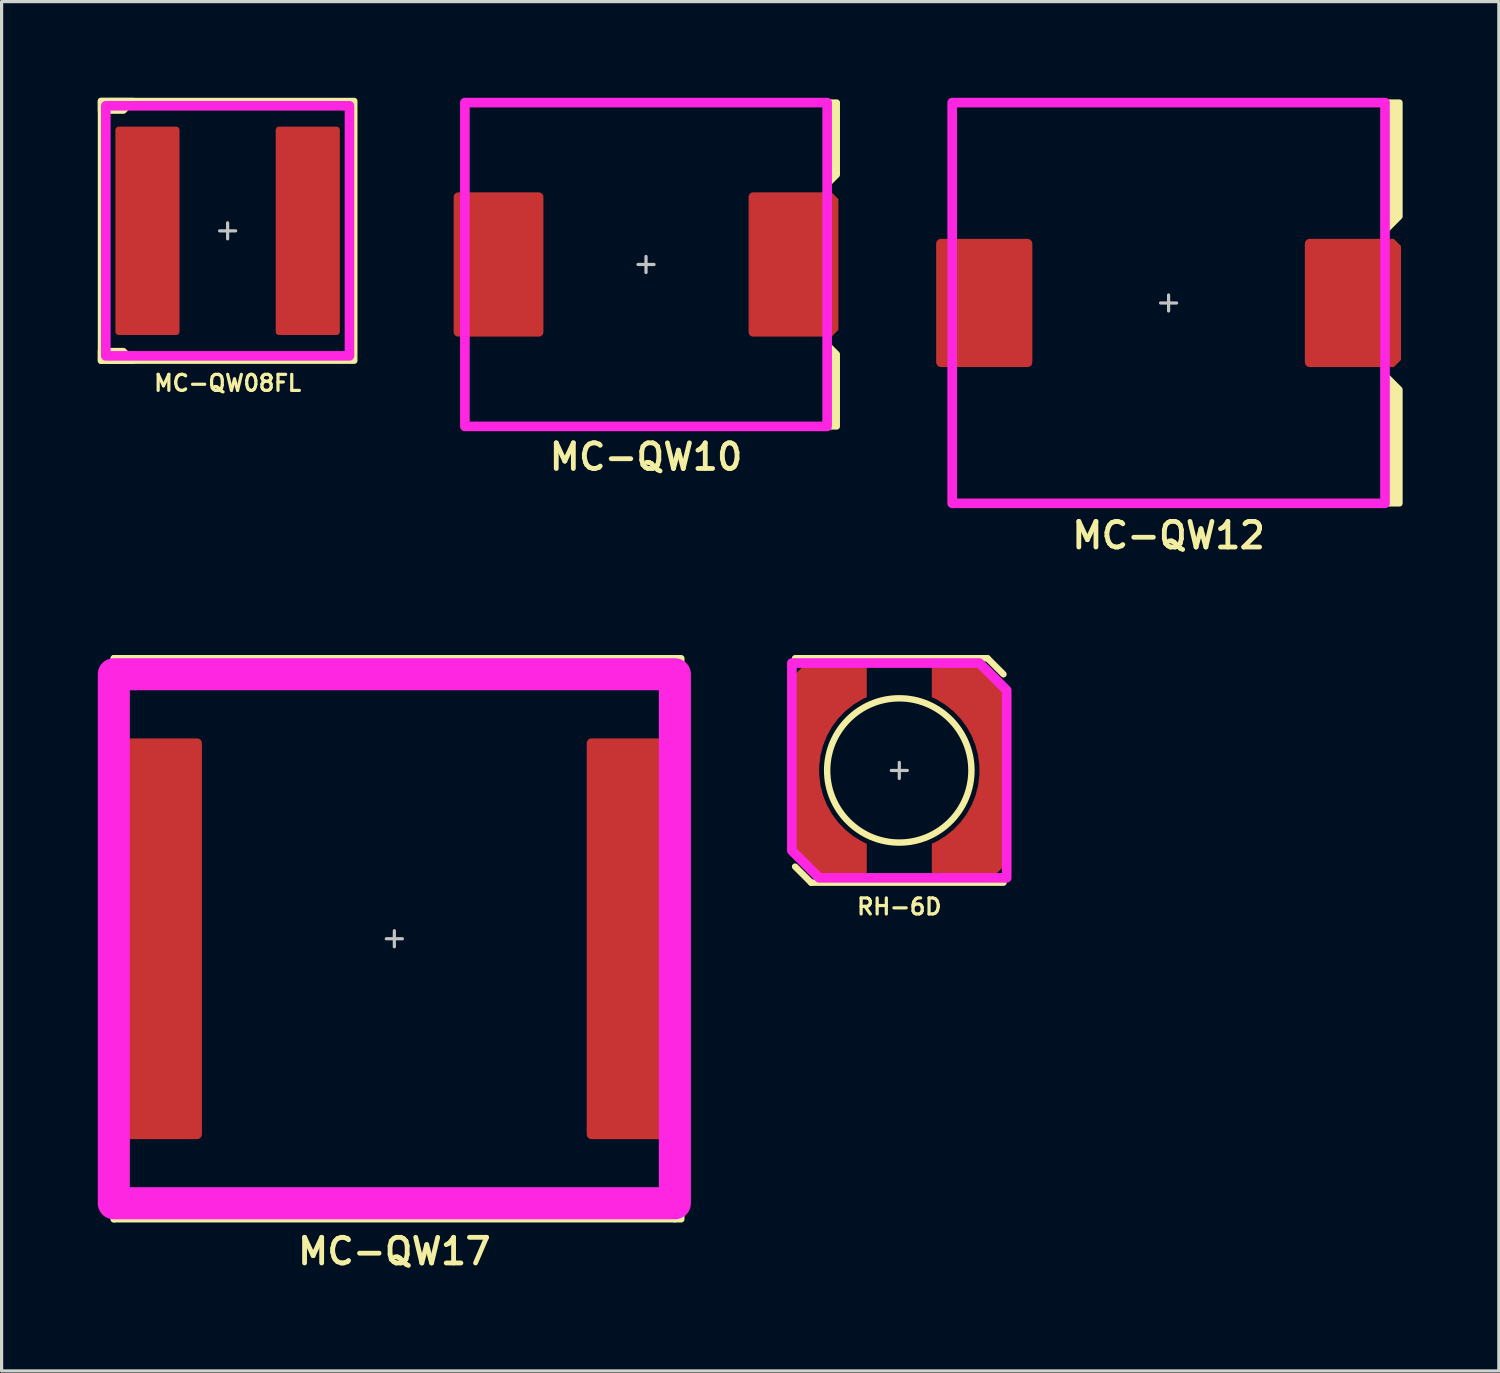
<source format=kicad_pcb>
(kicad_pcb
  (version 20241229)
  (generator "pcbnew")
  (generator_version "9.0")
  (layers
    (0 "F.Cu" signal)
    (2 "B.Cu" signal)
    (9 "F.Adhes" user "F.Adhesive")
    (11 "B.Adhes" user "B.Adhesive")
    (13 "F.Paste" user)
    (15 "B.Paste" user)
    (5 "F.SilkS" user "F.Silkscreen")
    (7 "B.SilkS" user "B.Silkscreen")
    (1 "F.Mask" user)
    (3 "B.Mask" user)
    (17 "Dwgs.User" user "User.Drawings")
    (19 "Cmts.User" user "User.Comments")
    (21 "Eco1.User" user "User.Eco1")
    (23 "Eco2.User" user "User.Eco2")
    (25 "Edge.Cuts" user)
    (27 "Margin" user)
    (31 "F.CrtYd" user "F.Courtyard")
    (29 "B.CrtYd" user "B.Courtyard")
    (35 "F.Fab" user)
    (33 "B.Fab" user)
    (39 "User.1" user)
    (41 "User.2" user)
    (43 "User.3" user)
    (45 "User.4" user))
  (footprint "MC-QW12"
    (layer "F.Cu")
    (at 33.4 6.4)
    (property "Reference" "MC-QW12" (at 0 7.25 0) (unlocked yes) (layer "F.SilkS") (effects (font (size 0.8 0.8) (thickness 0.15))))
    (attr smd)
    (fp_line (start -6.75 -6.25) (end 6.75 -6.25) (stroke (width 0.2) (type solid)) (layer "F.SilkS"))
    (fp_line (start -6.75 -2.25) (end -6.75 -6.25) (stroke (width 0.2) (type solid)) (layer "F.SilkS"))
    (fp_line (start -6.75 6.25) (end -6.75 2.25) (stroke (width 0.2) (type solid)) (layer "F.SilkS"))
    (fp_line (start 6.75 6.25) (end -6.75 6.25) (stroke (width 0.2) (type solid)) (layer "F.SilkS"))
    (fp_poly (pts (xy 6.75 -2.25) (xy 7.2 -2.7) (xy 7.2 -6.25) (xy 6.75 -6.25)) (stroke (width 0.2) (type solid)) (fill yes) (layer "F.SilkS"))
    (fp_poly (pts (xy 6.75 2.25) (xy 7.2 2.7) (xy 7.2 6.25) (xy 6.75 6.25)) (stroke (width 0.2) (type solid)) (fill yes) (layer "F.SilkS"))
    (fp_poly (pts (xy -7.1 -1.85) (xy -5.85 -1.85) (xy -5.85 -0.1) (xy -7.1 -0.1)) (stroke (width 0) (type solid)) (fill yes) (layer "F.Paste"))
    (fp_poly (pts (xy -7.1 0.1) (xy -5.85 0.1) (xy -5.85 1.85) (xy -7.1 1.85)) (stroke (width 0) (type solid)) (fill yes) (layer "F.Paste"))
    (fp_poly (pts (xy -5.65 -1.85) (xy -4.4 -1.85) (xy -4.4 -0.1) (xy -5.65 -0.1)) (stroke (width 0) (type solid)) (fill yes) (layer "F.Paste"))
    (fp_poly (pts (xy -5.65 0.1) (xy -4.4 0.1) (xy -4.4 1.85) (xy -5.65 1.85)) (stroke (width 0) (type solid)) (fill yes) (layer "F.Paste"))
    (fp_poly (pts (xy 4.4 -1.85) (xy 5.7 -1.85) (xy 5.7 -0.1) (xy 4.4 -0.1)) (stroke (width 0) (type solid)) (fill yes) (layer "F.Paste"))
    (fp_poly (pts (xy 4.4 0.1) (xy 5.7 0.1) (xy 5.7 1.85) (xy 4.4 1.85)) (stroke (width 0) (type solid)) (fill yes) (layer "F.Paste"))
    (fp_poly (pts (xy 5.9 -0.1) (xy 7.1 -0.1) (xy 7.1 -1.75) (xy 7 -1.85) (xy 5.9 -1.85)) (stroke (width 0) (type solid)) (fill yes) (layer "F.Paste"))
    (fp_poly (pts (xy 5.9 0.1) (xy 7.1 0.1) (xy 7.1 1.75) (xy 7 1.85) (xy 5.9 1.85)) (stroke (width 0) (type solid)) (fill yes) (layer "F.Paste"))
    (fp_line (start -0.25 0) (end 0.25 0) (stroke (width 0.1) (type solid)) (layer "Dwgs.User"))
    (fp_line (start 0 -0.25) (end 0 0.25) (stroke (width 0.1) (type solid)) (layer "Dwgs.User"))
    (fp_rect (start -6.75 -6.25) (end 6.75 6.25) (stroke (width 0.3) (type solid)) (fill no) (layer "F.CrtYd"))
    (pad "1" smd roundrect (at 5.75 0 90) (size 4 3) (layers "F.Cu" "F.Mask") (roundrect_rratio 0.05) (chamfer_ratio 0.075) (chamfer bottom_left bottom_right))
    (pad "2" smd roundrect (at -5.75 0 90) (size 4 3) (layers "F.Cu" "F.Mask") (roundrect_rratio 0.05)))
  (footprint "MC-QW17"
    (layer "F.Cu")
    (at 9.25 26.231)
    (property "Reference" "MC-QW17" (at 0 9.75 0) (unlocked yes) (layer "F.SilkS") (effects (font (size 0.8 0.8) (thickness 0.15))))
    (attr smd)
    (fp_line (start -8.75 -8.75) (end 8.75 -8.75) (stroke (width 0.2) (type solid)) (layer "F.SilkS"))
    (fp_line (start -8.75 -6.5) (end -8.75 -8.75) (stroke (width 0.2) (type solid)) (layer "F.SilkS"))
    (fp_line (start -8.75 8.75) (end -8.75 6.5) (stroke (width 0.2) (type solid)) (layer "F.SilkS"))
    (fp_line (start 8.75 8.75) (end -8.75 8.75) (stroke (width 0.2) (type solid)) (layer "F.SilkS"))
    (fp_poly (pts (xy 8.75 -6.5) (xy 8.95 -6.7) (xy 8.95 -8.75) (xy 8.75 -8.75)) (stroke (width 0.2) (type solid)) (fill yes) (layer "F.SilkS"))
    (fp_poly (pts (xy 8.75 6.5) (xy 8.95 6.7) (xy 8.95 8.75) (xy 8.75 8.75)) (stroke (width 0.2) (type solid)) (fill yes) (layer "F.SilkS"))
    (fp_poly (pts (xy -8.85 4.35) (xy -7.6 4.35) (xy -7.6 6.1) (xy -8.85 6.1)) (stroke (width 0) (type solid)) (fill yes) (layer "F.Paste"))
    (fp_poly (pts (xy -8.85 -6.1) (xy -7.6 -6.1) (xy -7.6 -4.35) (xy -8.85 -4.35)) (stroke (width 0) (type solid)) (fill yes) (layer "F.Paste"))
    (fp_poly (pts (xy -8.85 -4.15) (xy -7.6 -4.15) (xy -7.6 -2.4) (xy -8.85 -2.4)) (stroke (width 0) (type solid)) (fill yes) (layer "F.Paste"))
    (fp_poly (pts (xy -8.85 -2.2) (xy -7.6 -2.2) (xy -7.6 -0.15) (xy -8.85 -0.15)) (stroke (width 0) (type solid)) (fill yes) (layer "F.Paste"))
    (fp_poly (pts (xy -8.85 0.15) (xy -7.6 0.15) (xy -7.6 2.2) (xy -8.85 2.2)) (stroke (width 0) (type solid)) (fill yes) (layer "F.Paste"))
    (fp_poly (pts (xy -8.85 2.4) (xy -7.6 2.4) (xy -7.6 4.15) (xy -8.85 4.15)) (stroke (width 0) (type solid)) (fill yes) (layer "F.Paste"))
    (fp_poly (pts (xy -7.4 -6.1) (xy -6.15 -6.1) (xy -6.15 -4.35) (xy -7.4 -4.35)) (stroke (width 0) (type solid)) (fill yes) (layer "F.Paste"))
    (fp_poly (pts (xy -7.4 -4.15) (xy -6.15 -4.15) (xy -6.15 -2.4) (xy -7.4 -2.4)) (stroke (width 0) (type solid)) (fill yes) (layer "F.Paste"))
    (fp_poly (pts (xy -7.4 -2.2) (xy -6.15 -2.2) (xy -6.15 -0.15) (xy -7.4 -0.15)) (stroke (width 0) (type solid)) (fill yes) (layer "F.Paste"))
    (fp_poly (pts (xy -7.4 0.15) (xy -6.15 0.15) (xy -6.15 2.2) (xy -7.4 2.2)) (stroke (width 0) (type solid)) (fill yes) (layer "F.Paste"))
    (fp_poly (pts (xy -7.4 2.4) (xy -6.15 2.4) (xy -6.15 4.15) (xy -7.4 4.15)) (stroke (width 0) (type solid)) (fill yes) (layer "F.Paste"))
    (fp_poly (pts (xy -7.4 4.35) (xy -6.15 4.35) (xy -6.15 6.1) (xy -7.4 6.1)) (stroke (width 0) (type solid)) (fill yes) (layer "F.Paste"))
    (fp_poly (pts (xy 6.15 -6.1) (xy 7.4 -6.1) (xy 7.4 -4.35) (xy 6.15 -4.35)) (stroke (width 0) (type solid)) (fill yes) (layer "F.Paste"))
    (fp_poly (pts (xy 6.15 -4.15) (xy 7.4 -4.15) (xy 7.4 -2.4) (xy 6.15 -2.4)) (stroke (width 0) (type solid)) (fill yes) (layer "F.Paste"))
    (fp_poly (pts (xy 6.15 -2.2) (xy 7.4 -2.2) (xy 7.4 -0.15) (xy 6.15 -0.15)) (stroke (width 0) (type solid)) (fill yes) (layer "F.Paste"))
    (fp_poly (pts (xy 6.15 0.15) (xy 7.4 0.15) (xy 7.4 2.2) (xy 6.15 2.2)) (stroke (width 0) (type solid)) (fill yes) (layer "F.Paste"))
    (fp_poly (pts (xy 6.15 2.4) (xy 7.4 2.4) (xy 7.4 4.15) (xy 6.15 4.15)) (stroke (width 0) (type solid)) (fill yes) (layer "F.Paste"))
    (fp_poly (pts (xy 6.15 4.35) (xy 7.4 4.35) (xy 7.4 6.1) (xy 6.15 6.1)) (stroke (width 0) (type solid)) (fill yes) (layer "F.Paste"))
    (fp_poly (pts (xy 7.6 -4.15) (xy 8.85 -4.15) (xy 8.85 -2.4) (xy 7.6 -2.4)) (stroke (width 0) (type solid)) (fill yes) (layer "F.Paste"))
    (fp_poly (pts (xy 7.6 -2.2) (xy 8.85 -2.2) (xy 8.85 -0.15) (xy 7.6 -0.15)) (stroke (width 0) (type solid)) (fill yes) (layer "F.Paste"))
    (fp_poly (pts (xy 7.6 2.4) (xy 8.85 2.4) (xy 8.85 4.15) (xy 7.6 4.15)) (stroke (width 0) (type solid)) (fill yes) (layer "F.Paste"))
    (fp_poly (pts (xy 7.6 0.15) (xy 8.85 0.15) (xy 8.85 2.2) (xy 7.6 2.2)) (stroke (width 0) (type solid)) (fill yes) (layer "F.Paste"))
    (fp_poly (pts (xy 7.6 -4.35) (xy 8.85 -4.35) (xy 8.85 -6) (xy 8.75 -6.1) (xy 7.6 -6.1)) (stroke (width 0) (type solid)) (fill yes) (layer "F.Paste"))
    (fp_poly (pts (xy 7.6 4.35) (xy 8.85 4.35) (xy 8.85 6) (xy 8.75 6.1) (xy 7.6 6.1)) (stroke (width 0) (type solid)) (fill yes) (layer "F.Paste"))
    (fp_line (start -0.25 0) (end 0.25 0) (stroke (width 0.1) (type solid)) (layer "Dwgs.User"))
    (fp_line (start 0 -0.25) (end 0 0.25) (stroke (width 0.1) (type solid)) (layer "Dwgs.User"))
    (fp_rect (start -8.75 -8.25) (end 8.75 8.25) (stroke (width 1) (type solid)) (fill no) (layer "F.CrtYd"))
    (pad "1" smd roundrect (at 7.5 0 90) (size 12.5 3) (layers "F.Cu" "F.Mask") (roundrect_rratio 0.05) (chamfer_ratio 0.075) (chamfer bottom_left bottom_right))
    (pad "2" smd roundrect (at -7.5 0 90) (size 12.5 3) (layers "F.Cu" "F.Mask") (roundrect_rratio 0.05)))
  (footprint "MC-QW08FL"
    (layer "F.Cu")
    (at 4.05 4.15)
    (property "Reference" "MC-QW08FL" (at 0 4.75 0) (unlocked yes) (layer "F.SilkS") (effects (font (size 0.5 0.5) (thickness 0.1))))
    (attr smd)
    (fp_rect (start -3.95 -4.05) (end 3.95 4.05) (stroke (width 0.2) (type default)) (fill no) (layer "F.SilkS"))
    (fp_poly (pts (xy -3.95 -4.05) (xy -3.95 -3.75) (xy -3.25 -3.75) (xy -2.95 -4.05)) (stroke (width 0.2) (type solid)) (fill yes) (layer "F.SilkS"))
    (fp_poly (pts (xy -3.95 4.05) (xy -3.95 3.75) (xy -3.25 3.75) (xy -2.95 4.05)) (stroke (width 0.2) (type solid)) (fill yes) (layer "F.SilkS"))
    (fp_rect (start -3.25 -3) (end -1.75 -1.25) (stroke (width 0) (type solid)) (fill yes) (layer "F.Paste"))
    (fp_rect (start -3.25 -0.75) (end -1.75 0.75) (stroke (width 0) (type solid)) (fill yes) (layer "F.Paste"))
    (fp_rect (start -3.25 1.25) (end -1.75 3) (stroke (width 0) (type solid)) (fill yes) (layer "F.Paste"))
    (fp_rect (start 1.75 -3) (end 3.25 -1.25) (stroke (width 0) (type solid)) (fill yes) (layer "F.Paste"))
    (fp_rect (start 1.75 -0.75) (end 3.25 0.75) (stroke (width 0) (type solid)) (fill yes) (layer "F.Paste"))
    (fp_rect (start 1.75 1.25) (end 3.25 3) (stroke (width 0) (type solid)) (fill yes) (layer "F.Paste"))
    (fp_line (start -0.25 0) (end 0.25 0) (stroke (width 0.1) (type default)) (layer "Dwgs.User"))
    (fp_line (start 0 -0.25) (end 0 0.25) (stroke (width 0.1) (type default)) (layer "Dwgs.User"))
    (fp_rect (start -3.8 -3.9) (end 3.8 3.9) (stroke (width 0.3) (type default)) (fill no) (layer "F.CrtYd"))
    (pad "1" smd roundrect (at -2.5 0) (size 2 6.5) (layers "F.Cu" "F.Mask") (roundrect_rratio 0.05))
    (pad "2" smd roundrect (at 2.5 0) (size 2 6.5) (layers "F.Cu" "F.Mask") (roundrect_rratio 0.05)))
  (footprint "MC-QW10"
    (layer "F.Cu")
    (at 17.1 5.2)
    (property "Reference" "MC-QW10" (at 0 6 0) (unlocked yes) (layer "F.SilkS") (effects (font (size 0.8 0.8) (thickness 0.15))))
    (attr smd)
    (fp_line (start -5.65 -5.05) (end -5.65 -2.5) (stroke (width 0.2) (type solid)) (layer "F.SilkS"))
    (fp_line (start -5.65 5.05) (end -5.65 2.5) (stroke (width 0.2) (type solid)) (layer "F.SilkS"))
    (fp_line (start 5.65 -5.05) (end -5.65 -5.05) (stroke (width 0.2) (type solid)) (layer "F.SilkS"))
    (fp_line (start 5.65 5.05) (end -5.65 5.05) (stroke (width 0.2) (type solid)) (layer "F.SilkS"))
    (fp_poly (pts (xy 5.65 -2.5) (xy 5.95 -2.8) (xy 5.95 -5.05) (xy 5.65 -5.05)) (stroke (width 0.2) (type solid)) (fill yes) (layer "F.SilkS"))
    (fp_poly (pts (xy 5.65 2.5) (xy 5.95 2.8) (xy 5.95 5.05) (xy 5.65 5.05)) (stroke (width 0.2) (type solid)) (fill yes) (layer "F.SilkS"))
    (fp_poly (pts (xy -5.85 -2.1) (xy -4.7 -2.1) (xy -4.7 -1.65) (xy -5.85 -1.65)) (stroke (width 0) (type solid)) (fill yes) (layer "F.Paste"))
    (fp_poly (pts (xy -5.85 -1.45) (xy -4.7 -1.45) (xy -4.7 -0.1) (xy -5.85 -0.1)) (stroke (width 0) (type solid)) (fill yes) (layer "F.Paste"))
    (fp_poly (pts (xy -5.85 0.1) (xy -4.7 0.1) (xy -4.7 1.45) (xy -5.85 1.45)) (stroke (width 0) (type solid)) (fill yes) (layer "F.Paste"))
    (fp_poly (pts (xy -5.85 1.65) (xy -4.7 1.65) (xy -4.7 2.1) (xy -5.85 2.1)) (stroke (width 0) (type solid)) (fill yes) (layer "F.Paste"))
    (fp_poly (pts (xy -4.5 -2.1) (xy -3.35 -2.1) (xy -3.35 -1.65) (xy -4.5 -1.65)) (stroke (width 0) (type solid)) (fill yes) (layer "F.Paste"))
    (fp_poly (pts (xy -4.5 -1.45) (xy -3.35 -1.45) (xy -3.35 -0.1) (xy -4.5 -0.1)) (stroke (width 0) (type solid)) (fill yes) (layer "F.Paste"))
    (fp_poly (pts (xy -4.5 0.1) (xy -3.35 0.1) (xy -3.35 1.45) (xy -4.5 1.45)) (stroke (width 0) (type solid)) (fill yes) (layer "F.Paste"))
    (fp_poly (pts (xy -4.5 1.65) (xy -3.35 1.65) (xy -3.35 2.1) (xy -4.5 2.1)) (stroke (width 0) (type solid)) (fill yes) (layer "F.Paste"))
    (fp_poly (pts (xy 3.35 -2.1) (xy 4.5 -2.1) (xy 4.5 -1.65) (xy 3.35 -1.65)) (stroke (width 0) (type solid)) (fill yes) (layer "F.Paste"))
    (fp_poly (pts (xy 3.35 -1.45) (xy 4.5 -1.45) (xy 4.5 -0.1) (xy 3.35 -0.1)) (stroke (width 0) (type solid)) (fill yes) (layer "F.Paste"))
    (fp_poly (pts (xy 3.35 0.1) (xy 4.5 0.1) (xy 4.5 1.45) (xy 3.35 1.45)) (stroke (width 0) (type solid)) (fill yes) (layer "F.Paste"))
    (fp_poly (pts (xy 3.35 1.65) (xy 4.5 1.65) (xy 4.5 2.1) (xy 3.35 2.1)) (stroke (width 0) (type solid)) (fill yes) (layer "F.Paste"))
    (fp_poly (pts (xy 4.7 -1.45) (xy 5.85 -1.45) (xy 5.85 -0.1) (xy 4.7 -0.1)) (stroke (width 0) (type solid)) (fill yes) (layer "F.Paste"))
    (fp_poly (pts (xy 4.7 0.1) (xy 5.85 0.1) (xy 5.85 1.45) (xy 4.7 1.45)) (stroke (width 0) (type solid)) (fill yes) (layer "F.Paste"))
    (fp_poly (pts (xy 4.7 -1.65) (xy 5.85 -1.65) (xy 5.85 -2) (xy 5.75 -2.1) (xy 4.7 -2.1)) (stroke (width 0) (type solid)) (fill yes) (layer "F.Paste"))
    (fp_poly (pts (xy 4.7 1.65) (xy 5.85 1.65) (xy 5.85 2) (xy 5.75 2.1) (xy 4.7 2.1)) (stroke (width 0) (type solid)) (fill yes) (layer "F.Paste"))
    (fp_line (start -0.25 0) (end 0.25 0) (stroke (width 0.1) (type solid)) (layer "Dwgs.User"))
    (fp_line (start 0 -0.25) (end 0 0.25) (stroke (width 0.1) (type solid)) (layer "Dwgs.User"))
    (fp_rect (start -5.65 -5.05) (end 5.65 5.05) (stroke (width 0.3) (type solid)) (fill no) (layer "F.CrtYd"))
    (pad "1" smd roundrect (at 4.6 0 90) (size 4.5 2.8) (layers "F.Cu" "F.Mask") (roundrect_rratio 0.05) (chamfer_ratio 0.075) (chamfer bottom_left bottom_right))
    (pad "2" smd roundrect (at -4.6 0 90) (size 4.5 2.8) (layers "F.Cu" "F.Mask") (roundrect_rratio 0.05)))
  (footprint "RH-6D"
    (layer "F.Cu")
    (at 25 20.981)
    (property "Reference" "RH-6D" (at 0 4.25 0) (unlocked yes) (layer "F.SilkS") (effects (font (size 0.5 0.5) (thickness 0.1))))
    (attr smd)
    (fp_line (start -3.25 -3.5) (end 2.75 -3.5) (stroke (width 0.2) (type default)) (layer "F.SilkS"))
    (fp_line (start -2.75 3.5) (end -3.25 3) (stroke (width 0.2) (type default)) (layer "F.SilkS"))
    (fp_line (start 2.75 -3.5) (end 3.25 -3) (stroke (width 0.2) (type default)) (layer "F.SilkS"))
    (fp_line (start 3.25 3.5) (end -2.75 3.5) (stroke (width 0.2) (type default)) (layer "F.SilkS"))
    (fp_circle (center 0 0) (end 2.25 0) (stroke (width 0.2) (type default)) (fill no) (layer "F.SilkS"))
    (fp_rect (start -3.025 -0.5) (end -2.625 0.5) (stroke (width 0) (type solid)) (fill yes) (layer "F.Paste"))
    (fp_rect (start 2.625 -0.5) (end 3.025 0.5) (stroke (width 0) (type solid)) (fill yes) (layer "F.Paste"))
    (fp_poly (pts (xy -2.925 -3.025) (xy -1.229 -3.025) (xy -1.229 -2.433) (xy -1.374 -2.358) (xy -1.646 -2.178) (xy -1.894 -1.967) (xy -2.115 -1.727) (xy -2.305 -1.462) (xy -2.462 -1.176) (xy -2.525 -1.025) (xy -3.025 -1.025) (xy -3.025 -2.925)) (stroke (width 0) (type solid)) (fill yes) (layer "F.Paste"))
    (fp_poly (pts (xy 2.925 3.025) (xy 1.229 3.025) (xy 1.229 2.433) (xy 1.374 2.358) (xy 1.646 2.178) (xy 1.894 1.967) (xy 2.115 1.727) (xy 2.305 1.462) (xy 2.462 1.176) (xy 2.525 1.025) (xy 3.025 1.025) (xy 3.025 2.925)) (stroke (width 0) (type solid)) (fill yes) (layer "F.Paste"))
    (fp_poly (pts (xy -2.525 3.025) (xy -1.229 3.025) (arc (start -1.229159 2.433319) (mid -2.006423 1.848173) (end -2.525 1.025)) (xy -3.025 1.025) (xy -3.025 2.525)) (stroke (width 0) (type solid)) (fill yes) (layer "F.Paste"))
    (fp_poly (pts (xy 2.525 -3.025) (xy 1.229 -3.025) (arc (start 1.229159 -2.433319) (mid 2.006423 -1.848173) (end 2.525 -1.024999)) (xy 3.025 -1.025) (xy 3.025 -2.525)) (stroke (width 0) (type solid)) (fill yes) (layer "F.Paste"))
    (fp_line (start -0.25 0) (end 0.25 0) (stroke (width 0.1) (type default)) (layer "Dwgs.User"))
    (fp_line (start 0 -0.25) (end 0 0.25) (stroke (width 0.1) (type default)) (layer "Dwgs.User"))
    (fp_poly (pts (xy -3.35 2.5) (xy -3.35 -3.35) (xy 2.5 -3.35) (xy 3.35 -2.5) (xy 3.35 3.35) (xy -2.5 3.35)) (stroke (width 0.3) (type solid)) (fill no) (layer "F.CrtYd"))
    (pad "1" smd custom (at -3 0) (size 0.5 0.5) (layers "F.Cu" "F.Mask") (options (anchor circle)) (primitives (gr_poly (pts (xy 1.985 3.2) (xy 1.985 2.285) (xy 1.839 2.217) (xy 1.566 2.051) (xy 1.316 1.851) (xy 1.093 1.621) (xy 0.902 1.364) (xy 0.745 1.085) (xy 0.625 0.788) (xy 0.543 0.478) (xy 0.503 0.16) (xy 0.5 0) (xy 0.503 -0.16) (xy 0.543 -0.478) (xy 0.625 -0.788) (xy 0.745 -1.085) (xy 0.902 -1.364) (xy 1.093 -1.621) (xy 1.316 -1.851) (xy 1.566 -2.051) (xy 1.839 -2.217) (xy 1.985 -2.285) (xy 1.985 -3.2) (xy 1.935 -3.25) (xy 0 -3.25) (xy -0.25 -3) (xy -0.25 2.625) (xy 0.375 3.25) (xy 1.935 3.25)) (width 0) (fill yes))))
    (pad "2" smd custom (at 3 0) (size 0.5 0.5) (layers "F.Cu" "F.Mask") (options (anchor circle)) (primitives (gr_poly (pts (xy -1.985 -3.2) (xy -1.985 -2.285) (xy -1.839 -2.217) (xy -1.566 -2.051) (xy -1.316 -1.851) (xy -1.093 -1.621) (xy -0.902 -1.364) (xy -0.745 -1.085) (xy -0.625 -0.788) (xy -0.543 -0.478) (xy -0.503 -0.16) (xy -0.5 0) (xy -0.503 0.16) (xy -0.543 0.478) (xy -0.625 0.788) (xy -0.745 1.085) (xy -0.902 1.364) (xy -1.093 1.621) (xy -1.316 1.851) (xy -1.566 2.051) (xy -1.839 2.217) (xy -1.985 2.285) (xy -1.985 3.2) (xy -1.935 3.25) (xy 0 3.25) (xy 0.25 3) (xy 0.25 -2.625) (xy -0.375 -3.25) (xy -1.935 -3.25)) (width 0) (fill yes)))))
  (gr_rect
    (start -3 -3)
    (end 43.7 39.712)
    (stroke (width 0.1) (type default))
    (fill no)
    (layer "Edge.Cuts")))
</source>
